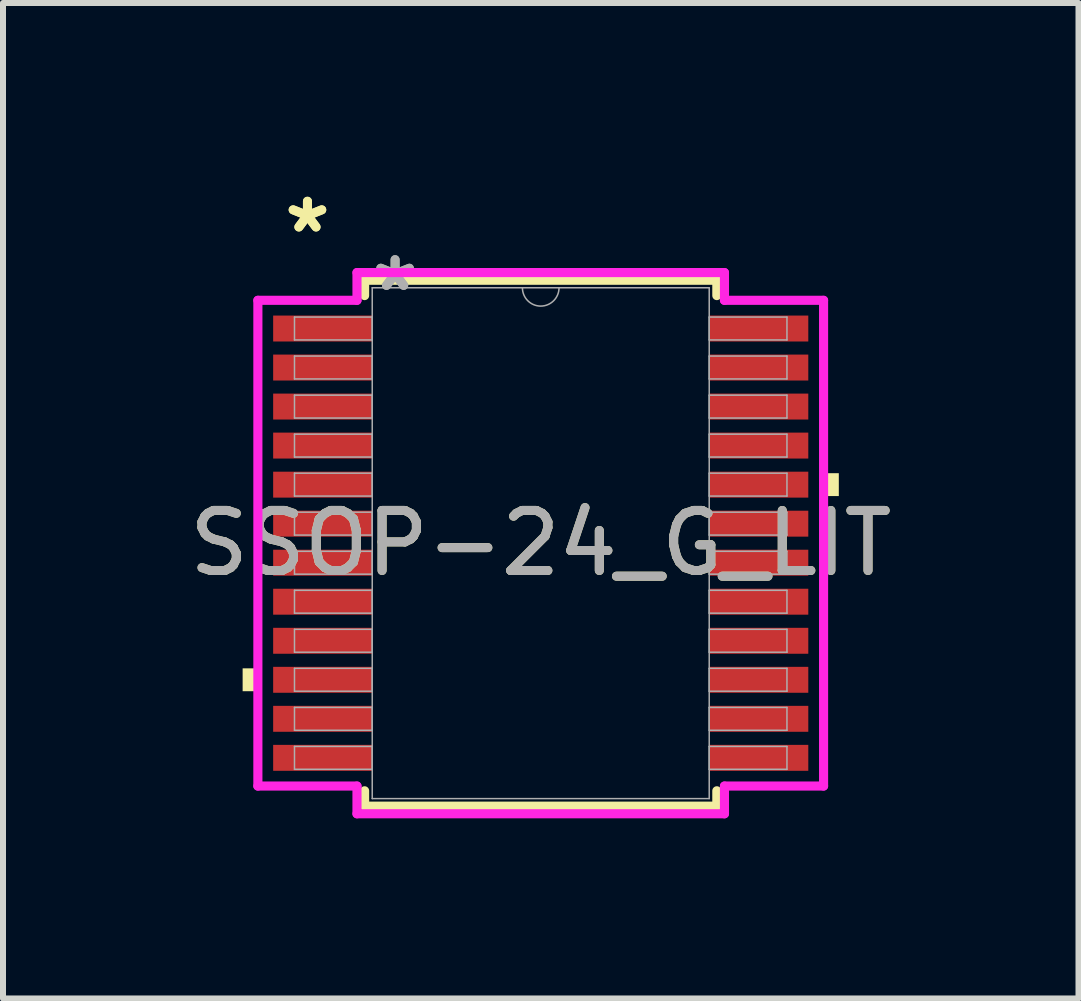
<source format=kicad_pcb>
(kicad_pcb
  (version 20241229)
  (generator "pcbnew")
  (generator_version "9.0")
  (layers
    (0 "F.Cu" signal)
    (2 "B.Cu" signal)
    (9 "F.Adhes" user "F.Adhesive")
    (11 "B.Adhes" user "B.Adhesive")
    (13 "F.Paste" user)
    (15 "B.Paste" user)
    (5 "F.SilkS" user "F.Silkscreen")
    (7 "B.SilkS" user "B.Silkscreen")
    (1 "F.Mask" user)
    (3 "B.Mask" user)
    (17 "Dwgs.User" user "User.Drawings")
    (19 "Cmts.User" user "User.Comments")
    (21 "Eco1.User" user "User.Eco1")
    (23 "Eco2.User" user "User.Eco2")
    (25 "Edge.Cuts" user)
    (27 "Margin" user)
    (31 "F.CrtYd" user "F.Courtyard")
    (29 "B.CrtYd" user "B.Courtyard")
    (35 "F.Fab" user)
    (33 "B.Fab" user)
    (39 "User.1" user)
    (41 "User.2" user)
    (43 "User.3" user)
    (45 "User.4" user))
  (footprint "SSOP-24_G_LIT"
    (layer "F.Cu")
    (at 5.958 5.999)
    (property "Reference" "SSOP-24_G_LIT" (at 0 0 0) (unlocked yes) (layer "F.SilkS") (effects (font (size 1 1) (thickness 0.15))))
    (attr smd)
    (fp_line (start -2.934 -4.381) (end -2.934 -4.125) (stroke (width 0.152) (type solid)) (layer "F.SilkS"))
    (fp_line (start -2.934 4.125) (end -2.934 4.381) (stroke (width 0.152) (type solid)) (layer "F.SilkS"))
    (fp_line (start -2.934 4.381) (end 2.934 4.381) (stroke (width 0.152) (type solid)) (layer "F.SilkS"))
    (fp_line (start 2.934 -4.381) (end -2.934 -4.381) (stroke (width 0.152) (type solid)) (layer "F.SilkS"))
    (fp_line (start 2.934 -4.125) (end 2.934 -4.381) (stroke (width 0.152) (type solid)) (layer "F.SilkS"))
    (fp_line (start 2.934 4.381) (end 2.934 4.125) (stroke (width 0.152) (type solid)) (layer "F.SilkS"))
    (fp_poly (pts (xy -4.966 2.085) (xy -4.966 2.466) (xy -4.712 2.466) (xy -4.712 2.085)) (stroke (width 0) (type solid)) (fill yes) (layer "F.SilkS"))
    (fp_poly (pts (xy 4.966 -1.166) (xy 4.966 -0.785) (xy 4.712 -0.785) (xy 4.712 -1.166)) (stroke (width 0) (type solid)) (fill yes) (layer "F.SilkS"))
    (fp_line (start -4.712 -4.046) (end -3.061 -4.046) (stroke (width 0.152) (type solid)) (layer "F.CrtYd"))
    (fp_line (start -4.712 4.046) (end -4.712 -4.046) (stroke (width 0.152) (type solid)) (layer "F.CrtYd"))
    (fp_line (start -4.712 4.046) (end -3.061 4.046) (stroke (width 0.152) (type solid)) (layer "F.CrtYd"))
    (fp_line (start -3.061 -4.508) (end 3.061 -4.508) (stroke (width 0.152) (type solid)) (layer "F.CrtYd"))
    (fp_line (start -3.061 -4.046) (end -3.061 -4.508) (stroke (width 0.152) (type solid)) (layer "F.CrtYd"))
    (fp_line (start -3.061 4.508) (end -3.061 4.046) (stroke (width 0.152) (type solid)) (layer "F.CrtYd"))
    (fp_line (start 3.061 -4.508) (end 3.061 -4.046) (stroke (width 0.152) (type solid)) (layer "F.CrtYd"))
    (fp_line (start 3.061 4.046) (end 3.061 4.508) (stroke (width 0.152) (type solid)) (layer "F.CrtYd"))
    (fp_line (start 3.061 4.508) (end -3.061 4.508) (stroke (width 0.152) (type solid)) (layer "F.CrtYd"))
    (fp_line (start 4.712 -4.046) (end 3.061 -4.046) (stroke (width 0.152) (type solid)) (layer "F.CrtYd"))
    (fp_line (start 4.712 -4.046) (end 4.712 4.046) (stroke (width 0.152) (type solid)) (layer "F.CrtYd"))
    (fp_line (start 4.712 4.046) (end 3.061 4.046) (stroke (width 0.152) (type solid)) (layer "F.CrtYd"))
    (fp_line (start -4.102 -3.767) (end -4.102 -3.386) (stroke (width 0.025) (type solid)) (layer "F.Fab"))
    (fp_line (start -4.102 -3.386) (end -2.807 -3.386) (stroke (width 0.025) (type solid)) (layer "F.Fab"))
    (fp_line (start -4.102 -3.117) (end -4.102 -2.736) (stroke (width 0.025) (type solid)) (layer "F.Fab"))
    (fp_line (start -4.102 -2.736) (end -2.807 -2.736) (stroke (width 0.025) (type solid)) (layer "F.Fab"))
    (fp_line (start -4.102 -2.466) (end -4.102 -2.085) (stroke (width 0.025) (type solid)) (layer "F.Fab"))
    (fp_line (start -4.102 -2.085) (end -2.807 -2.085) (stroke (width 0.025) (type solid)) (layer "F.Fab"))
    (fp_line (start -4.102 -1.816) (end -4.102 -1.435) (stroke (width 0.025) (type solid)) (layer "F.Fab"))
    (fp_line (start -4.102 -1.435) (end -2.807 -1.435) (stroke (width 0.025) (type solid)) (layer "F.Fab"))
    (fp_line (start -4.102 -1.166) (end -4.102 -0.785) (stroke (width 0.025) (type solid)) (layer "F.Fab"))
    (fp_line (start -4.102 -0.785) (end -2.807 -0.785) (stroke (width 0.025) (type solid)) (layer "F.Fab"))
    (fp_line (start -4.102 -0.516) (end -4.102 -0.135) (stroke (width 0.025) (type solid)) (layer "F.Fab"))
    (fp_line (start -4.102 -0.135) (end -2.807 -0.135) (stroke (width 0.025) (type solid)) (layer "F.Fab"))
    (fp_line (start -4.102 0.135) (end -4.102 0.516) (stroke (width 0.025) (type solid)) (layer "F.Fab"))
    (fp_line (start -4.102 0.516) (end -2.807 0.516) (stroke (width 0.025) (type solid)) (layer "F.Fab"))
    (fp_line (start -4.102 0.785) (end -4.102 1.166) (stroke (width 0.025) (type solid)) (layer "F.Fab"))
    (fp_line (start -4.102 1.166) (end -2.807 1.166) (stroke (width 0.025) (type solid)) (layer "F.Fab"))
    (fp_line (start -4.102 1.435) (end -4.102 1.816) (stroke (width 0.025) (type solid)) (layer "F.Fab"))
    (fp_line (start -4.102 1.816) (end -2.807 1.816) (stroke (width 0.025) (type solid)) (layer "F.Fab"))
    (fp_line (start -4.102 2.085) (end -4.102 2.466) (stroke (width 0.025) (type solid)) (layer "F.Fab"))
    (fp_line (start -4.102 2.466) (end -2.807 2.466) (stroke (width 0.025) (type solid)) (layer "F.Fab"))
    (fp_line (start -4.102 2.736) (end -4.102 3.117) (stroke (width 0.025) (type solid)) (layer "F.Fab"))
    (fp_line (start -4.102 3.117) (end -2.807 3.117) (stroke (width 0.025) (type solid)) (layer "F.Fab"))
    (fp_line (start -4.102 3.386) (end -4.102 3.767) (stroke (width 0.025) (type solid)) (layer "F.Fab"))
    (fp_line (start -4.102 3.767) (end -2.807 3.767) (stroke (width 0.025) (type solid)) (layer "F.Fab"))
    (fp_line (start -2.807 -4.255) (end -2.807 4.255) (stroke (width 0.025) (type solid)) (layer "F.Fab"))
    (fp_line (start -2.807 -3.767) (end -4.102 -3.767) (stroke (width 0.025) (type solid)) (layer "F.Fab"))
    (fp_line (start -2.807 -3.386) (end -2.807 -3.767) (stroke (width 0.025) (type solid)) (layer "F.Fab"))
    (fp_line (start -2.807 -3.117) (end -4.102 -3.117) (stroke (width 0.025) (type solid)) (layer "F.Fab"))
    (fp_line (start -2.807 -2.736) (end -2.807 -3.117) (stroke (width 0.025) (type solid)) (layer "F.Fab"))
    (fp_line (start -2.807 -2.466) (end -4.102 -2.466) (stroke (width 0.025) (type solid)) (layer "F.Fab"))
    (fp_line (start -2.807 -2.085) (end -2.807 -2.466) (stroke (width 0.025) (type solid)) (layer "F.Fab"))
    (fp_line (start -2.807 -1.816) (end -4.102 -1.816) (stroke (width 0.025) (type solid)) (layer "F.Fab"))
    (fp_line (start -2.807 -1.435) (end -2.807 -1.816) (stroke (width 0.025) (type solid)) (layer "F.Fab"))
    (fp_line (start -2.807 -1.166) (end -4.102 -1.166) (stroke (width 0.025) (type solid)) (layer "F.Fab"))
    (fp_line (start -2.807 -0.785) (end -2.807 -1.166) (stroke (width 0.025) (type solid)) (layer "F.Fab"))
    (fp_line (start -2.807 -0.516) (end -4.102 -0.516) (stroke (width 0.025) (type solid)) (layer "F.Fab"))
    (fp_line (start -2.807 -0.135) (end -2.807 -0.516) (stroke (width 0.025) (type solid)) (layer "F.Fab"))
    (fp_line (start -2.807 0.135) (end -4.102 0.135) (stroke (width 0.025) (type solid)) (layer "F.Fab"))
    (fp_line (start -2.807 0.516) (end -2.807 0.135) (stroke (width 0.025) (type solid)) (layer "F.Fab"))
    (fp_line (start -2.807 0.785) (end -4.102 0.785) (stroke (width 0.025) (type solid)) (layer "F.Fab"))
    (fp_line (start -2.807 1.166) (end -2.807 0.785) (stroke (width 0.025) (type solid)) (layer "F.Fab"))
    (fp_line (start -2.807 1.435) (end -4.102 1.435) (stroke (width 0.025) (type solid)) (layer "F.Fab"))
    (fp_line (start -2.807 1.816) (end -2.807 1.435) (stroke (width 0.025) (type solid)) (layer "F.Fab"))
    (fp_line (start -2.807 2.085) (end -4.102 2.085) (stroke (width 0.025) (type solid)) (layer "F.Fab"))
    (fp_line (start -2.807 2.466) (end -2.807 2.085) (stroke (width 0.025) (type solid)) (layer "F.Fab"))
    (fp_line (start -2.807 2.736) (end -4.102 2.736) (stroke (width 0.025) (type solid)) (layer "F.Fab"))
    (fp_line (start -2.807 3.117) (end -2.807 2.736) (stroke (width 0.025) (type solid)) (layer "F.Fab"))
    (fp_line (start -2.807 3.386) (end -4.102 3.386) (stroke (width 0.025) (type solid)) (layer "F.Fab"))
    (fp_line (start -2.807 3.767) (end -2.807 3.386) (stroke (width 0.025) (type solid)) (layer "F.Fab"))
    (fp_line (start -2.807 4.255) (end 2.807 4.255) (stroke (width 0.025) (type solid)) (layer "F.Fab"))
    (fp_line (start 2.807 -4.255) (end -2.807 -4.255) (stroke (width 0.025) (type solid)) (layer "F.Fab"))
    (fp_line (start 2.807 -3.767) (end 2.807 -3.386) (stroke (width 0.025) (type solid)) (layer "F.Fab"))
    (fp_line (start 2.807 -3.386) (end 4.102 -3.386) (stroke (width 0.025) (type solid)) (layer "F.Fab"))
    (fp_line (start 2.807 -3.117) (end 2.807 -2.736) (stroke (width 0.025) (type solid)) (layer "F.Fab"))
    (fp_line (start 2.807 -2.736) (end 4.102 -2.736) (stroke (width 0.025) (type solid)) (layer "F.Fab"))
    (fp_line (start 2.807 -2.466) (end 2.807 -2.085) (stroke (width 0.025) (type solid)) (layer "F.Fab"))
    (fp_line (start 2.807 -2.085) (end 4.102 -2.085) (stroke (width 0.025) (type solid)) (layer "F.Fab"))
    (fp_line (start 2.807 -1.816) (end 2.807 -1.435) (stroke (width 0.025) (type solid)) (layer "F.Fab"))
    (fp_line (start 2.807 -1.435) (end 4.102 -1.435) (stroke (width 0.025) (type solid)) (layer "F.Fab"))
    (fp_line (start 2.807 -1.166) (end 2.807 -0.785) (stroke (width 0.025) (type solid)) (layer "F.Fab"))
    (fp_line (start 2.807 -0.785) (end 4.102 -0.785) (stroke (width 0.025) (type solid)) (layer "F.Fab"))
    (fp_line (start 2.807 -0.516) (end 2.807 -0.135) (stroke (width 0.025) (type solid)) (layer "F.Fab"))
    (fp_line (start 2.807 -0.135) (end 4.102 -0.135) (stroke (width 0.025) (type solid)) (layer "F.Fab"))
    (fp_line (start 2.807 0.135) (end 2.807 0.516) (stroke (width 0.025) (type solid)) (layer "F.Fab"))
    (fp_line (start 2.807 0.516) (end 4.102 0.516) (stroke (width 0.025) (type solid)) (layer "F.Fab"))
    (fp_line (start 2.807 0.785) (end 2.807 1.166) (stroke (width 0.025) (type solid)) (layer "F.Fab"))
    (fp_line (start 2.807 1.166) (end 4.102 1.166) (stroke (width 0.025) (type solid)) (layer "F.Fab"))
    (fp_line (start 2.807 1.435) (end 2.807 1.816) (stroke (width 0.025) (type solid)) (layer "F.Fab"))
    (fp_line (start 2.807 1.816) (end 4.102 1.816) (stroke (width 0.025) (type solid)) (layer "F.Fab"))
    (fp_line (start 2.807 2.085) (end 2.807 2.466) (stroke (width 0.025) (type solid)) (layer "F.Fab"))
    (fp_line (start 2.807 2.466) (end 4.102 2.466) (stroke (width 0.025) (type solid)) (layer "F.Fab"))
    (fp_line (start 2.807 2.736) (end 2.807 3.117) (stroke (width 0.025) (type solid)) (layer "F.Fab"))
    (fp_line (start 2.807 3.117) (end 4.102 3.117) (stroke (width 0.025) (type solid)) (layer "F.Fab"))
    (fp_line (start 2.807 3.386) (end 2.807 3.767) (stroke (width 0.025) (type solid)) (layer "F.Fab"))
    (fp_line (start 2.807 3.767) (end 4.102 3.767) (stroke (width 0.025) (type solid)) (layer "F.Fab"))
    (fp_line (start 2.807 4.255) (end 2.807 -4.255) (stroke (width 0.025) (type solid)) (layer "F.Fab"))
    (fp_line (start 4.102 -3.767) (end 2.807 -3.767) (stroke (width 0.025) (type solid)) (layer "F.Fab"))
    (fp_line (start 4.102 -3.386) (end 4.102 -3.767) (stroke (width 0.025) (type solid)) (layer "F.Fab"))
    (fp_line (start 4.102 -3.117) (end 2.807 -3.117) (stroke (width 0.025) (type solid)) (layer "F.Fab"))
    (fp_line (start 4.102 -2.736) (end 4.102 -3.117) (stroke (width 0.025) (type solid)) (layer "F.Fab"))
    (fp_line (start 4.102 -2.466) (end 2.807 -2.466) (stroke (width 0.025) (type solid)) (layer "F.Fab"))
    (fp_line (start 4.102 -2.085) (end 4.102 -2.466) (stroke (width 0.025) (type solid)) (layer "F.Fab"))
    (fp_line (start 4.102 -1.816) (end 2.807 -1.816) (stroke (width 0.025) (type solid)) (layer "F.Fab"))
    (fp_line (start 4.102 -1.435) (end 4.102 -1.816) (stroke (width 0.025) (type solid)) (layer "F.Fab"))
    (fp_line (start 4.102 -1.166) (end 2.807 -1.166) (stroke (width 0.025) (type solid)) (layer "F.Fab"))
    (fp_line (start 4.102 -0.785) (end 4.102 -1.166) (stroke (width 0.025) (type solid)) (layer "F.Fab"))
    (fp_line (start 4.102 -0.516) (end 2.807 -0.516) (stroke (width 0.025) (type solid)) (layer "F.Fab"))
    (fp_line (start 4.102 -0.135) (end 4.102 -0.516) (stroke (width 0.025) (type solid)) (layer "F.Fab"))
    (fp_line (start 4.102 0.135) (end 2.807 0.135) (stroke (width 0.025) (type solid)) (layer "F.Fab"))
    (fp_line (start 4.102 0.516) (end 4.102 0.135) (stroke (width 0.025) (type solid)) (layer "F.Fab"))
    (fp_line (start 4.102 0.785) (end 2.807 0.785) (stroke (width 0.025) (type solid)) (layer "F.Fab"))
    (fp_line (start 4.102 1.166) (end 4.102 0.785) (stroke (width 0.025) (type solid)) (layer "F.Fab"))
    (fp_line (start 4.102 1.435) (end 2.807 1.435) (stroke (width 0.025) (type solid)) (layer "F.Fab"))
    (fp_line (start 4.102 1.816) (end 4.102 1.435) (stroke (width 0.025) (type solid)) (layer "F.Fab"))
    (fp_line (start 4.102 2.085) (end 2.807 2.085) (stroke (width 0.025) (type solid)) (layer "F.Fab"))
    (fp_line (start 4.102 2.466) (end 4.102 2.085) (stroke (width 0.025) (type solid)) (layer "F.Fab"))
    (fp_line (start 4.102 2.736) (end 2.807 2.736) (stroke (width 0.025) (type solid)) (layer "F.Fab"))
    (fp_line (start 4.102 3.117) (end 4.102 2.736) (stroke (width 0.025) (type solid)) (layer "F.Fab"))
    (fp_line (start 4.102 3.386) (end 2.807 3.386) (stroke (width 0.025) (type solid)) (layer "F.Fab"))
    (fp_line (start 4.102 3.767) (end 4.102 3.386) (stroke (width 0.025) (type solid)) (layer "F.Fab"))
    (fp_arc (start 0.3048 -4.2545) (mid 0 -3.9497) (end -0.3048 -4.2545) (stroke (width 0.0254) (type solid)) (layer "F.Fab"))
    (fp_text user "*" (at -3.886 -5.151 0) (unlocked yes) (layer "F.SilkS") (effects (font (size 1 1) (thickness 0.15))))
    (fp_text user "*" (at -3.886 -5.151 0) (layer "F.SilkS") (effects (font (size 1 1) (thickness 0.15))))
    (fp_text user "*" (at -2.426 -4.178 0) (unlocked yes) (layer "F.Fab") (effects (font (size 1 1) (thickness 0.15))))
    (fp_text user "${REFERENCE}" (at 0 0 0) (unlocked yes) (layer "F.Fab") (effects (font (size 1 1) (thickness 0.15))))
    (fp_text user "*" (at -2.426 -4.178 0) (layer "F.Fab") (effects (font (size 1 1) (thickness 0.15))))
    (pad "1" smd rect (at -3.632 -3.576) (size 1.651 0.432) (layers "F.Cu" "F.Mask" "F.Paste"))
    (pad "2" smd rect (at -3.632 -2.926) (size 1.651 0.432) (layers "F.Cu" "F.Mask" "F.Paste"))
    (pad "3" smd rect (at -3.632 -2.276) (size 1.651 0.432) (layers "F.Cu" "F.Mask" "F.Paste"))
    (pad "4" smd rect (at -3.632 -1.626) (size 1.651 0.432) (layers "F.Cu" "F.Mask" "F.Paste"))
    (pad "5" smd rect (at -3.632 -0.975) (size 1.651 0.432) (layers "F.Cu" "F.Mask" "F.Paste"))
    (pad "6" smd rect (at -3.632 -0.325) (size 1.651 0.432) (layers "F.Cu" "F.Mask" "F.Paste"))
    (pad "7" smd rect (at -3.632 0.325) (size 1.651 0.432) (layers "F.Cu" "F.Mask" "F.Paste"))
    (pad "8" smd rect (at -3.632 0.975) (size 1.651 0.432) (layers "F.Cu" "F.Mask" "F.Paste"))
    (pad "9" smd rect (at -3.632 1.626) (size 1.651 0.432) (layers "F.Cu" "F.Mask" "F.Paste"))
    (pad "10" smd rect (at -3.632 2.276) (size 1.651 0.432) (layers "F.Cu" "F.Mask" "F.Paste"))
    (pad "11" smd rect (at -3.632 2.926) (size 1.651 0.432) (layers "F.Cu" "F.Mask" "F.Paste"))
    (pad "12" smd rect (at -3.632 3.576) (size 1.651 0.432) (layers "F.Cu" "F.Mask" "F.Paste"))
    (pad "13" smd rect (at 3.632 3.576) (size 1.651 0.432) (layers "F.Cu" "F.Mask" "F.Paste"))
    (pad "14" smd rect (at 3.632 2.926) (size 1.651 0.432) (layers "F.Cu" "F.Mask" "F.Paste"))
    (pad "15" smd rect (at 3.632 2.276) (size 1.651 0.432) (layers "F.Cu" "F.Mask" "F.Paste"))
    (pad "16" smd rect (at 3.632 1.626) (size 1.651 0.432) (layers "F.Cu" "F.Mask" "F.Paste"))
    (pad "17" smd rect (at 3.632 0.975) (size 1.651 0.432) (layers "F.Cu" "F.Mask" "F.Paste"))
    (pad "18" smd rect (at 3.632 0.325) (size 1.651 0.432) (layers "F.Cu" "F.Mask" "F.Paste"))
    (pad "19" smd rect (at 3.632 -0.325) (size 1.651 0.432) (layers "F.Cu" "F.Mask" "F.Paste"))
    (pad "20" smd rect (at 3.632 -0.975) (size 1.651 0.432) (layers "F.Cu" "F.Mask" "F.Paste"))
    (pad "21" smd rect (at 3.632 -1.626) (size 1.651 0.432) (layers "F.Cu" "F.Mask" "F.Paste"))
    (pad "22" smd rect (at 3.632 -2.276) (size 1.651 0.432) (layers "F.Cu" "F.Mask" "F.Paste"))
    (pad "23" smd rect (at 3.632 -2.926) (size 1.651 0.432) (layers "F.Cu" "F.Mask" "F.Paste"))
    (pad "24" smd rect (at 3.632 -3.576) (size 1.651 0.432) (layers "F.Cu" "F.Mask" "F.Paste")))
  (gr_rect
    (start -3 -3)
    (end 14.917 13.584)
    (stroke (width 0.1) (type default))
    (fill no)
    (layer "Edge.Cuts")))
</source>
